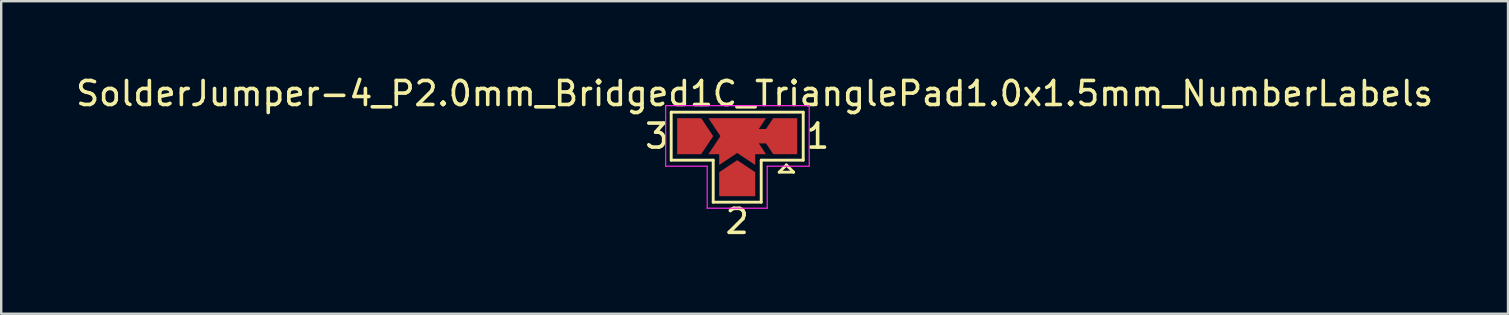
<source format=kicad_pcb>
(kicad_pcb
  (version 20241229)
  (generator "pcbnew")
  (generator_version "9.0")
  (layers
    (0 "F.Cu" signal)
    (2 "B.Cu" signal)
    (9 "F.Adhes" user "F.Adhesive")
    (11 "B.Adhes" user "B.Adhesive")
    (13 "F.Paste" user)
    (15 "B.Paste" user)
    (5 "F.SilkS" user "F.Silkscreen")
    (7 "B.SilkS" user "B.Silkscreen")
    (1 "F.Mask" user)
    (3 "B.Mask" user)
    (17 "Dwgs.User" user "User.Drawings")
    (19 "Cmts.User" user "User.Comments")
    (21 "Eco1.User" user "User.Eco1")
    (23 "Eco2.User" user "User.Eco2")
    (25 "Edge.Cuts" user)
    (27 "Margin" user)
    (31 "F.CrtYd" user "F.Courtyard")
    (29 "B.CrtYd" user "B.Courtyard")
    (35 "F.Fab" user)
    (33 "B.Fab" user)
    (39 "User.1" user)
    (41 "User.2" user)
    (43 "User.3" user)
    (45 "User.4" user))
  (footprint "SolderJumper-4_P2.0mm_Bridged1C_TrianglePad1.0x1.5mm_NumberLabels"
    (layer "F.Cu")
    (at 27.662 2.623)
    (property "Reference" "SolderJumper-4_P2.0mm_Bridged1C_TrianglePad1.0x1.5mm_NumberLabels" (at 0.725 -1.775 0) (layer "F.SilkS") (effects (font (size 1 1) (thickness 0.15))))
    (attr exclude_from_pos_files exclude_from_bom)
    (fp_poly (pts (xy 1.75 0.25) (xy 0.5 0.25) (xy 0.5 -0.25) (xy 1.75 -0.25)) (stroke (width 0.1) (type solid)) (fill yes) (layer "F.Cu"))
    (fp_line (start -2.75 -1) (end 2.75 -1) (stroke (width 0.12) (type solid)) (layer "F.SilkS"))
    (fp_line (start -2.75 1) (end -2.75 -1) (stroke (width 0.12) (type solid)) (layer "F.SilkS"))
    (fp_line (start -1 1) (end -2.75 1) (stroke (width 0.12) (type solid)) (layer "F.SilkS"))
    (fp_line (start -1 1) (end -1 2.75) (stroke (width 0.12) (type solid)) (layer "F.SilkS"))
    (fp_line (start 1 1) (end 1 2.75) (stroke (width 0.12) (type solid)) (layer "F.SilkS"))
    (fp_line (start 1 2.75) (end -1 2.75) (stroke (width 0.12) (type solid)) (layer "F.SilkS"))
    (fp_line (start 1.75 1.5) (end 2.35 1.5) (stroke (width 0.12) (type solid)) (layer "F.SilkS"))
    (fp_line (start 2.05 1.2) (end 1.75 1.5) (stroke (width 0.12) (type solid)) (layer "F.SilkS"))
    (fp_line (start 2.35 1.5) (end 2.05 1.2) (stroke (width 0.12) (type solid)) (layer "F.SilkS"))
    (fp_line (start 2.75 -1) (end 2.75 1) (stroke (width 0.12) (type solid)) (layer "F.SilkS"))
    (fp_line (start 2.75 1) (end 1 1) (stroke (width 0.12) (type solid)) (layer "F.SilkS"))
    (fp_line (start -2.98 -1.27) (end -2.98 1.25) (stroke (width 0.05) (type solid)) (layer "F.CrtYd"))
    (fp_line (start -2.98 -1.27) (end 3 -1.27) (stroke (width 0.05) (type solid)) (layer "F.CrtYd"))
    (fp_line (start -1.25 1.25) (end -2.98 1.25) (stroke (width 0.05) (type solid)) (layer "F.CrtYd"))
    (fp_line (start -1.25 1.25) (end -1.25 3) (stroke (width 0.05) (type solid)) (layer "F.CrtYd"))
    (fp_line (start -1.25 3) (end 1.25 3) (stroke (width 0.05) (type solid)) (layer "F.CrtYd"))
    (fp_line (start 1.25 3) (end 1.25 1.25) (stroke (width 0.05) (type solid)) (layer "F.CrtYd"))
    (fp_line (start 3 1.25) (end 1.25 1.25) (stroke (width 0.05) (type solid)) (layer "F.CrtYd"))
    (fp_line (start 3 1.25) (end 3 -1.27) (stroke (width 0.05) (type solid)) (layer "F.CrtYd"))
    (fp_text user "2" (at 0 3.55 0) (layer "F.SilkS") (effects (font (size 1 1) (thickness 0.15))))
    (fp_text user "1" (at 3.35 0 0) (layer "F.SilkS") (effects (font (size 1 1) (thickness 0.15))))
    (fp_text user "3" (at -3.35 0 0) (layer "F.SilkS") (effects (font (size 1 1) (thickness 0.15))))
    (pad "" smd rect (at -1.2 0) (size 1.5 1.5) (layers "F.Mask"))
    (pad "" smd rect (at 0 1.25) (size 1.5 1.5) (layers "F.Mask"))
    (pad "" smd rect (at 1.2 0) (size 1.5 1.5) (layers "F.Mask"))
    (pad "1" smd custom (at 2 0 180) (size 0.3 0.3) (layers "F.Cu" "F.Mask") (options (anchor rect)) (primitives (gr_poly (pts (xy -0.5 -0.75) (xy 0.5 -0.75) (xy 1 0) (xy 0.5 0.75) (xy -0.5 0.75)) (width 0) (fill yes))))
    (pad "2" smd custom (at 0 2 90) (size 0.3 0.3) (layers "F.Cu" "F.Mask") (options (anchor rect)) (primitives (gr_poly (pts (xy -0.5 -0.75) (xy 0.5 -0.75) (xy 1 0) (xy 0.5 0.75) (xy -0.5 0.75)) (width 0) (fill yes))))
    (pad "3" smd custom (at -2 0) (size 0.3 0.3) (layers "F.Cu" "F.Mask") (options (anchor rect)) (primitives (gr_poly (pts (xy -0.5 -0.75) (xy 0.5 -0.75) (xy 1 0) (xy 0.5 0.75) (xy -0.5 0.75)) (width 0) (fill yes))))
    (pad "C" smd custom (at 0 0) (size 0.3 0.3) (layers "F.Cu") (options (anchor rect)) (primitives (gr_poly (pts (xy -1.2 -0.75) (xy 1.2 -0.75) (xy 0.7 0) (xy 1.2 0.75) (xy 0.75 0.75) (xy 0.75 1.2) (xy 0 0.7) (xy -0.75 1.2) (xy -0.75 0.75) (xy -1.2 0.75) (xy -0.7 0)) (width 0) (fill yes)))))
  (gr_rect
    (start -3 -3)
    (end 59.774 10.021)
    (stroke (width 0.1) (type default))
    (fill no)
    (layer "Edge.Cuts")))
</source>
